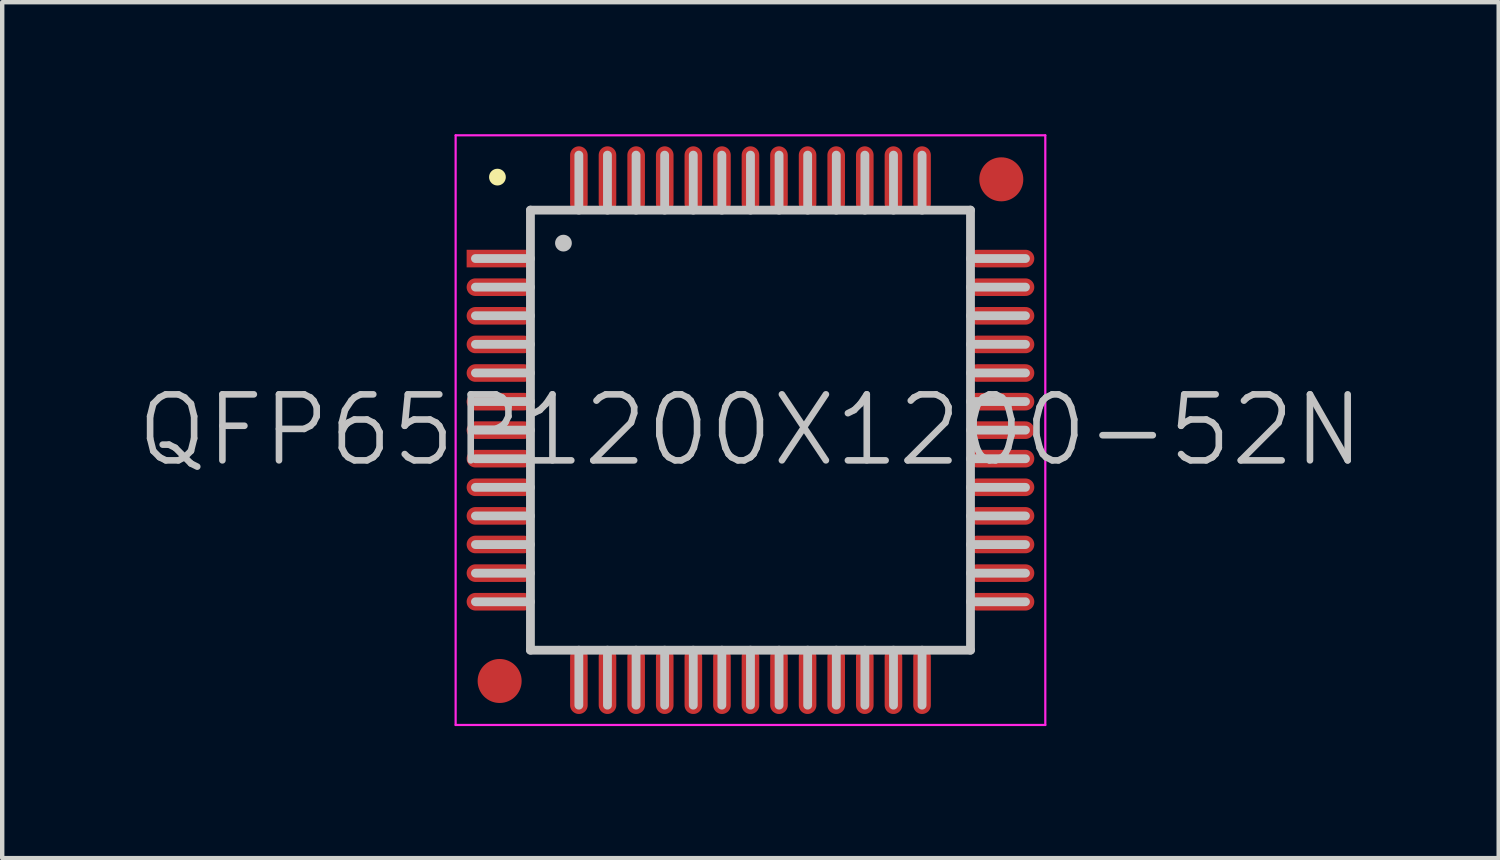
<source format=kicad_pcb>
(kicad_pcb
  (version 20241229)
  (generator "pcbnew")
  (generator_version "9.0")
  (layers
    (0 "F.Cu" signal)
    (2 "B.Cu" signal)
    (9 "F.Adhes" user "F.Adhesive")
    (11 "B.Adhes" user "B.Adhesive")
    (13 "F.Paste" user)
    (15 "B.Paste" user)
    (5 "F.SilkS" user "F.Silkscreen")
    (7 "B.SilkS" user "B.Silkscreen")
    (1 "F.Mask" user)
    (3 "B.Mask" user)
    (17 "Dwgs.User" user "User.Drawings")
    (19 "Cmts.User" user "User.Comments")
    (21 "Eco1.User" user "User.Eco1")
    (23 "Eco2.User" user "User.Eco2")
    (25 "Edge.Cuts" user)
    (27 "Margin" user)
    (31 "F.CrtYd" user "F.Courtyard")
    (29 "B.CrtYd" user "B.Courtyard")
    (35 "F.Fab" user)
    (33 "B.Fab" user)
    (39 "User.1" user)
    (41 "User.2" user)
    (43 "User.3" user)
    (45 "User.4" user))
  (footprint "QFP65P1200X1200-52N"
    (layer "F.Cu")
    (at 14.004 6.725)
    (property "Reference" "QFP65P1200X1200-52N" (at 0 0 0) (layer "Dwgs.User") (effects (font (size 1.5 1.5) (thickness 0.15))))
    (attr smd)
    (fp_line (start -5.75 -5.75) (end -5.75 -5.75) (stroke (width 0.381) (type solid)) (layer "F.SilkS"))
    (fp_line (start -5 -5) (end -5 5) (stroke (width 0.2) (type solid)) (layer "Dwgs.User"))
    (fp_line (start -5 -5) (end 5 -5) (stroke (width 0.2) (type solid)) (layer "Dwgs.User"))
    (fp_line (start -5 -3.9) (end -6.25 -3.9) (stroke (width 0.2) (type solid)) (layer "Dwgs.User"))
    (fp_line (start -5 -3.25) (end -6.25 -3.25) (stroke (width 0.2) (type solid)) (layer "Dwgs.User"))
    (fp_line (start -5 -2.6) (end -6.25 -2.6) (stroke (width 0.2) (type solid)) (layer "Dwgs.User"))
    (fp_line (start -5 -1.95) (end -6.25 -1.95) (stroke (width 0.2) (type solid)) (layer "Dwgs.User"))
    (fp_line (start -5 -1.3) (end -6.25 -1.3) (stroke (width 0.2) (type solid)) (layer "Dwgs.User"))
    (fp_line (start -5 -0.65) (end -6.25 -0.65) (stroke (width 0.2) (type solid)) (layer "Dwgs.User"))
    (fp_line (start -5 0) (end -6.25 0) (stroke (width 0.2) (type solid)) (layer "Dwgs.User"))
    (fp_line (start -5 0.65) (end -6.25 0.65) (stroke (width 0.2) (type solid)) (layer "Dwgs.User"))
    (fp_line (start -5 1.3) (end -6.25 1.3) (stroke (width 0.2) (type solid)) (layer "Dwgs.User"))
    (fp_line (start -5 1.95) (end -6.25 1.95) (stroke (width 0.2) (type solid)) (layer "Dwgs.User"))
    (fp_line (start -5 2.6) (end -6.25 2.6) (stroke (width 0.2) (type solid)) (layer "Dwgs.User"))
    (fp_line (start -5 3.25) (end -6.25 3.25) (stroke (width 0.2) (type solid)) (layer "Dwgs.User"))
    (fp_line (start -5 3.9) (end -6.25 3.9) (stroke (width 0.2) (type solid)) (layer "Dwgs.User"))
    (fp_line (start -5 5) (end 5 5) (stroke (width 0.2) (type solid)) (layer "Dwgs.User"))
    (fp_line (start -4.25 -4.25) (end -4.25 -4.25) (stroke (width 0.381) (type solid)) (layer "Dwgs.User"))
    (fp_line (start -3.9 -6.25) (end -3.9 -5) (stroke (width 0.2) (type solid)) (layer "Dwgs.User"))
    (fp_line (start -3.9 5) (end -3.9 6.25) (stroke (width 0.2) (type solid)) (layer "Dwgs.User"))
    (fp_line (start -3.25 -6.25) (end -3.25 -5) (stroke (width 0.2) (type solid)) (layer "Dwgs.User"))
    (fp_line (start -3.25 5) (end -3.25 6.25) (stroke (width 0.2) (type solid)) (layer "Dwgs.User"))
    (fp_line (start -2.6 -6.25) (end -2.6 -5) (stroke (width 0.2) (type solid)) (layer "Dwgs.User"))
    (fp_line (start -2.6 5) (end -2.6 6.25) (stroke (width 0.2) (type solid)) (layer "Dwgs.User"))
    (fp_line (start -1.95 -6.25) (end -1.95 -5) (stroke (width 0.2) (type solid)) (layer "Dwgs.User"))
    (fp_line (start -1.95 5) (end -1.95 6.25) (stroke (width 0.2) (type solid)) (layer "Dwgs.User"))
    (fp_line (start -1.3 -6.25) (end -1.3 -5) (stroke (width 0.2) (type solid)) (layer "Dwgs.User"))
    (fp_line (start -1.3 5) (end -1.3 6.25) (stroke (width 0.2) (type solid)) (layer "Dwgs.User"))
    (fp_line (start -0.65 -6.25) (end -0.65 -5) (stroke (width 0.2) (type solid)) (layer "Dwgs.User"))
    (fp_line (start -0.65 5) (end -0.65 6.25) (stroke (width 0.2) (type solid)) (layer "Dwgs.User"))
    (fp_line (start 0 -6.25) (end 0 -5) (stroke (width 0.2) (type solid)) (layer "Dwgs.User"))
    (fp_line (start 0 5) (end 0 6.25) (stroke (width 0.2) (type solid)) (layer "Dwgs.User"))
    (fp_line (start 0.65 -6.25) (end 0.65 -5) (stroke (width 0.2) (type solid)) (layer "Dwgs.User"))
    (fp_line (start 0.65 5) (end 0.65 6.25) (stroke (width 0.2) (type solid)) (layer "Dwgs.User"))
    (fp_line (start 1.3 -6.25) (end 1.3 -5) (stroke (width 0.2) (type solid)) (layer "Dwgs.User"))
    (fp_line (start 1.3 5) (end 1.3 6.25) (stroke (width 0.2) (type solid)) (layer "Dwgs.User"))
    (fp_line (start 1.95 -6.25) (end 1.95 -5) (stroke (width 0.2) (type solid)) (layer "Dwgs.User"))
    (fp_line (start 1.95 5) (end 1.95 6.25) (stroke (width 0.2) (type solid)) (layer "Dwgs.User"))
    (fp_line (start 2.6 -6.25) (end 2.6 -5) (stroke (width 0.2) (type solid)) (layer "Dwgs.User"))
    (fp_line (start 2.6 5) (end 2.6 6.25) (stroke (width 0.2) (type solid)) (layer "Dwgs.User"))
    (fp_line (start 3.25 -6.25) (end 3.25 -5) (stroke (width 0.2) (type solid)) (layer "Dwgs.User"))
    (fp_line (start 3.25 5) (end 3.25 6.25) (stroke (width 0.2) (type solid)) (layer "Dwgs.User"))
    (fp_line (start 3.9 -6.25) (end 3.9 -5) (stroke (width 0.2) (type solid)) (layer "Dwgs.User"))
    (fp_line (start 3.9 5) (end 3.9 6.25) (stroke (width 0.2) (type solid)) (layer "Dwgs.User"))
    (fp_line (start 5 -5) (end 5 5) (stroke (width 0.2) (type solid)) (layer "Dwgs.User"))
    (fp_line (start 6.25 -3.9) (end 5 -3.9) (stroke (width 0.2) (type solid)) (layer "Dwgs.User"))
    (fp_line (start 6.25 -3.25) (end 5 -3.25) (stroke (width 0.2) (type solid)) (layer "Dwgs.User"))
    (fp_line (start 6.25 -2.6) (end 5 -2.6) (stroke (width 0.2) (type solid)) (layer "Dwgs.User"))
    (fp_line (start 6.25 -1.95) (end 5 -1.95) (stroke (width 0.2) (type solid)) (layer "Dwgs.User"))
    (fp_line (start 6.25 -1.3) (end 5 -1.3) (stroke (width 0.2) (type solid)) (layer "Dwgs.User"))
    (fp_line (start 6.25 -0.65) (end 5 -0.65) (stroke (width 0.2) (type solid)) (layer "Dwgs.User"))
    (fp_line (start 6.25 0) (end 5 0) (stroke (width 0.2) (type solid)) (layer "Dwgs.User"))
    (fp_line (start 6.25 0.65) (end 5 0.65) (stroke (width 0.2) (type solid)) (layer "Dwgs.User"))
    (fp_line (start 6.25 1.3) (end 5 1.3) (stroke (width 0.2) (type solid)) (layer "Dwgs.User"))
    (fp_line (start 6.25 1.95) (end 5 1.95) (stroke (width 0.2) (type solid)) (layer "Dwgs.User"))
    (fp_line (start 6.25 2.6) (end 5 2.6) (stroke (width 0.2) (type solid)) (layer "Dwgs.User"))
    (fp_line (start 6.25 3.25) (end 5 3.25) (stroke (width 0.2) (type solid)) (layer "Dwgs.User"))
    (fp_line (start 6.25 3.9) (end 5 3.9) (stroke (width 0.2) (type solid)) (layer "Dwgs.User"))
    (fp_line (start -6.7 -6.7) (end -6.7 6.7) (stroke (width 0.05) (type solid)) (layer "F.CrtYd"))
    (fp_line (start -6.7 -6.7) (end 6.7 -6.7) (stroke (width 0.05) (type solid)) (layer "F.CrtYd"))
    (fp_line (start -6.7 6.7) (end 6.7 6.7) (stroke (width 0.05) (type solid)) (layer "F.CrtYd"))
    (fp_line (start 6.7 -6.7) (end 6.7 6.7) (stroke (width 0.05) (type solid)) (layer "F.CrtYd"))
    (pad "" smd circle (at -5.7 5.7) (size 1 1) (layers "F.Cu" "F.Mask"))
    (pad "" smd circle (at 5.7 -5.7) (size 1 1) (layers "F.Cu" "F.Mask"))
    (pad "1" smd rect (at -5.7 -3.899 90) (size 0.4 1.5) (layers "F.Cu" "F.Mask" "F.Paste"))
    (pad "2" smd oval (at -5.7 -3.249 90) (size 0.4 1.5) (layers "F.Cu" "F.Mask" "F.Paste"))
    (pad "3" smd oval (at -5.7 -2.598 90) (size 0.4 1.5) (layers "F.Cu" "F.Mask" "F.Paste"))
    (pad "4" smd oval (at -5.7 -1.948 90) (size 0.4 1.5) (layers "F.Cu" "F.Mask" "F.Paste"))
    (pad "5" smd oval (at -5.7 -1.298 90) (size 0.4 1.5) (layers "F.Cu" "F.Mask" "F.Paste"))
    (pad "6" smd oval (at -5.7 -0.648 90) (size 0.4 1.5) (layers "F.Cu" "F.Mask" "F.Paste"))
    (pad "7" smd oval (at -5.7 0 90) (size 0.4 1.5) (layers "F.Cu" "F.Mask" "F.Paste"))
    (pad "8" smd oval (at -5.7 0.648 90) (size 0.4 1.5) (layers "F.Cu" "F.Mask" "F.Paste"))
    (pad "9" smd oval (at -5.7 1.298 90) (size 0.4 1.5) (layers "F.Cu" "F.Mask" "F.Paste"))
    (pad "10" smd oval (at -5.7 1.948 90) (size 0.4 1.5) (layers "F.Cu" "F.Mask" "F.Paste"))
    (pad "11" smd oval (at -5.7 2.598 90) (size 0.4 1.5) (layers "F.Cu" "F.Mask" "F.Paste"))
    (pad "12" smd oval (at -5.7 3.249 90) (size 0.4 1.5) (layers "F.Cu" "F.Mask" "F.Paste"))
    (pad "13" smd oval (at -5.7 3.899 90) (size 0.4 1.5) (layers "F.Cu" "F.Mask" "F.Paste"))
    (pad "14" smd oval (at -3.899 5.7 180) (size 0.4 1.5) (layers "F.Cu" "F.Mask" "F.Paste"))
    (pad "15" smd oval (at -3.249 5.7 180) (size 0.4 1.5) (layers "F.Cu" "F.Mask" "F.Paste"))
    (pad "16" smd oval (at -2.598 5.7 180) (size 0.4 1.5) (layers "F.Cu" "F.Mask" "F.Paste"))
    (pad "17" smd oval (at -1.948 5.7 180) (size 0.4 1.5) (layers "F.Cu" "F.Mask" "F.Paste"))
    (pad "18" smd oval (at -1.298 5.7 180) (size 0.4 1.5) (layers "F.Cu" "F.Mask" "F.Paste"))
    (pad "19" smd oval (at -0.648 5.7 180) (size 0.4 1.5) (layers "F.Cu" "F.Mask" "F.Paste"))
    (pad "20" smd oval (at 0 5.7 180) (size 0.4 1.5) (layers "F.Cu" "F.Mask" "F.Paste"))
    (pad "21" smd oval (at 0.648 5.7 180) (size 0.4 1.5) (layers "F.Cu" "F.Mask" "F.Paste"))
    (pad "22" smd oval (at 1.298 5.7 180) (size 0.4 1.5) (layers "F.Cu" "F.Mask" "F.Paste"))
    (pad "23" smd oval (at 1.948 5.7 180) (size 0.4 1.5) (layers "F.Cu" "F.Mask" "F.Paste"))
    (pad "24" smd oval (at 2.598 5.7 180) (size 0.4 1.5) (layers "F.Cu" "F.Mask" "F.Paste"))
    (pad "25" smd oval (at 3.249 5.7 180) (size 0.4 1.5) (layers "F.Cu" "F.Mask" "F.Paste"))
    (pad "26" smd oval (at 3.899 5.7 180) (size 0.4 1.5) (layers "F.Cu" "F.Mask" "F.Paste"))
    (pad "27" smd oval (at 5.7 3.899 270) (size 0.4 1.5) (layers "F.Cu" "F.Mask" "F.Paste"))
    (pad "28" smd oval (at 5.7 3.249 270) (size 0.4 1.5) (layers "F.Cu" "F.Mask" "F.Paste"))
    (pad "29" smd oval (at 5.7 2.598 270) (size 0.4 1.5) (layers "F.Cu" "F.Mask" "F.Paste"))
    (pad "30" smd oval (at 5.7 1.948 270) (size 0.4 1.5) (layers "F.Cu" "F.Mask" "F.Paste"))
    (pad "31" smd oval (at 5.7 1.298 270) (size 0.4 1.5) (layers "F.Cu" "F.Mask" "F.Paste"))
    (pad "32" smd oval (at 5.7 0.648 270) (size 0.4 1.5) (layers "F.Cu" "F.Mask" "F.Paste"))
    (pad "33" smd oval (at 5.7 0 270) (size 0.4 1.5) (layers "F.Cu" "F.Mask" "F.Paste"))
    (pad "34" smd oval (at 5.7 -0.648 270) (size 0.4 1.5) (layers "F.Cu" "F.Mask" "F.Paste"))
    (pad "35" smd oval (at 5.7 -1.298 270) (size 0.4 1.5) (layers "F.Cu" "F.Mask" "F.Paste"))
    (pad "36" smd oval (at 5.7 -1.948 270) (size 0.4 1.5) (layers "F.Cu" "F.Mask" "F.Paste"))
    (pad "37" smd oval (at 5.7 -2.598 270) (size 0.4 1.5) (layers "F.Cu" "F.Mask" "F.Paste"))
    (pad "38" smd oval (at 5.7 -3.249 270) (size 0.4 1.5) (layers "F.Cu" "F.Mask" "F.Paste"))
    (pad "39" smd oval (at 5.7 -3.899 270) (size 0.4 1.5) (layers "F.Cu" "F.Mask" "F.Paste"))
    (pad "40" smd oval (at 3.899 -5.7) (size 0.4 1.5) (layers "F.Cu" "F.Mask" "F.Paste"))
    (pad "41" smd oval (at 3.249 -5.7) (size 0.4 1.5) (layers "F.Cu" "F.Mask" "F.Paste"))
    (pad "42" smd oval (at 2.598 -5.7) (size 0.4 1.5) (layers "F.Cu" "F.Mask" "F.Paste"))
    (pad "43" smd oval (at 1.948 -5.7) (size 0.4 1.5) (layers "F.Cu" "F.Mask" "F.Paste"))
    (pad "44" smd oval (at 1.298 -5.7) (size 0.4 1.5) (layers "F.Cu" "F.Mask" "F.Paste"))
    (pad "45" smd oval (at 0.648 -5.7) (size 0.4 1.5) (layers "F.Cu" "F.Mask" "F.Paste"))
    (pad "46" smd oval (at 0 -5.7) (size 0.4 1.5) (layers "F.Cu" "F.Mask" "F.Paste"))
    (pad "47" smd oval (at -0.648 -5.7) (size 0.4 1.5) (layers "F.Cu" "F.Mask" "F.Paste"))
    (pad "48" smd oval (at -1.298 -5.7) (size 0.4 1.5) (layers "F.Cu" "F.Mask" "F.Paste"))
    (pad "49" smd oval (at -1.948 -5.7) (size 0.4 1.5) (layers "F.Cu" "F.Mask" "F.Paste"))
    (pad "50" smd oval (at -2.598 -5.7) (size 0.4 1.5) (layers "F.Cu" "F.Mask" "F.Paste"))
    (pad "51" smd oval (at -3.249 -5.7) (size 0.4 1.5) (layers "F.Cu" "F.Mask" "F.Paste"))
    (pad "52" smd oval (at -3.899 -5.7) (size 0.4 1.5) (layers "F.Cu" "F.Mask" "F.Paste")))
  (gr_rect
    (start -3 -3)
    (end 31.007 16.45)
    (stroke (width 0.1) (type default))
    (fill no)
    (layer "Edge.Cuts")))
</source>
